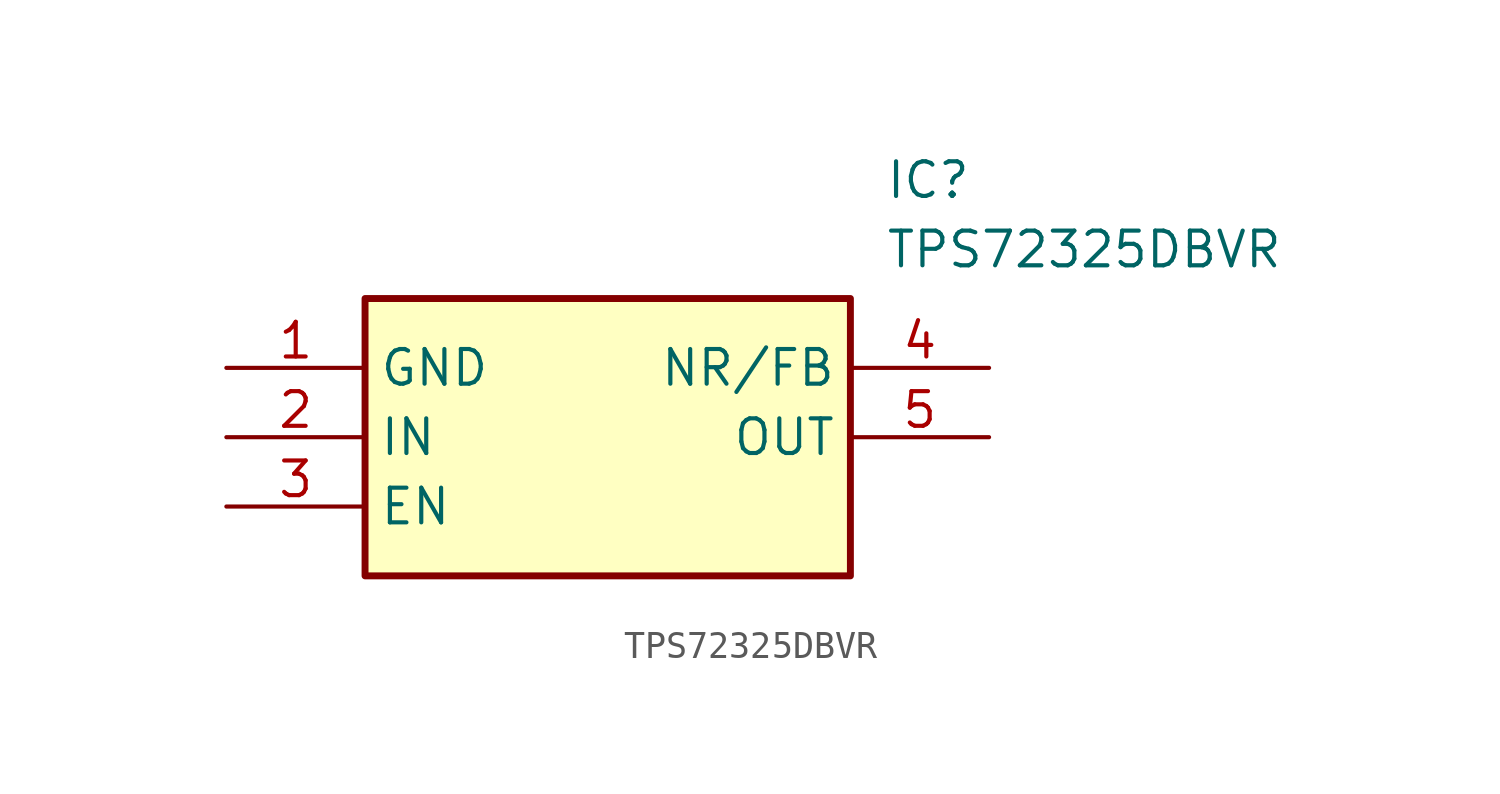
<source format=kicad_sym>
(kicad_symbol_lib
  (version 20220914)
  (generator kicad_symbol_editor)
  (symbol "TPS72325DBVR"
    (property "Reference" "IC"
      (at 24.13 7.62 0)
      (effects (font (size 1.27 1.27)) (justify left top)))
    (property "Value" "TPS72325DBVR"
      (at 24.13 5.08 0)
      (effects (font (size 1.27 1.27)) (justify left top)))
    (rectangle
      (start 5.08 2.54)
      (end 22.86 -7.62)
      (stroke (width 0.254) (type default))
      (fill (type background)))
    (pin passive line
      (at 0 0 0)
      (length 5.08)
      (name "GND" (effects (font (size 1.27 1.27))))
      (number "1" (effects (font (size 1.27 1.27)))))
    (pin passive line
      (at 0 -2.54 0)
      (length 5.08)
      (name "IN" (effects (font (size 1.27 1.27))))
      (number "2" (effects (font (size 1.27 1.27)))))
    (pin passive line
      (at 0 -5.08 0)
      (length 5.08)
      (name "EN" (effects (font (size 1.27 1.27))))
      (number "3" (effects (font (size 1.27 1.27)))))
    (pin passive line
      (at 27.94 0 180)
      (length 5.08)
      (name "NR/FB" (effects (font (size 1.27 1.27))))
      (number "4" (effects (font (size 1.27 1.27)))))
    (pin passive line
      (at 27.94 -2.54 180)
      (length 5.08)
      (name "OUT" (effects (font (size 1.27 1.27))))
      (number "5" (effects (font (size 1.27 1.27)))))))
</source>
